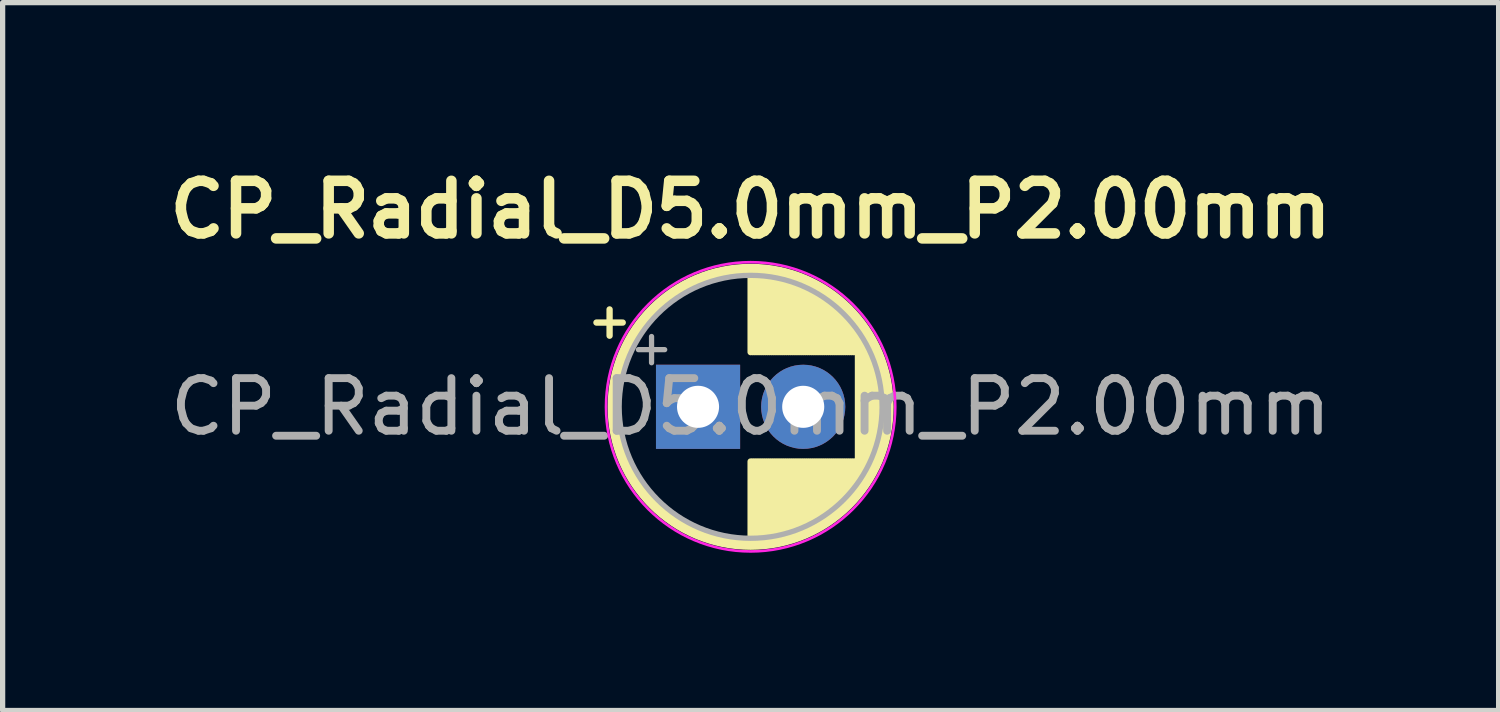
<source format=kicad_pcb>
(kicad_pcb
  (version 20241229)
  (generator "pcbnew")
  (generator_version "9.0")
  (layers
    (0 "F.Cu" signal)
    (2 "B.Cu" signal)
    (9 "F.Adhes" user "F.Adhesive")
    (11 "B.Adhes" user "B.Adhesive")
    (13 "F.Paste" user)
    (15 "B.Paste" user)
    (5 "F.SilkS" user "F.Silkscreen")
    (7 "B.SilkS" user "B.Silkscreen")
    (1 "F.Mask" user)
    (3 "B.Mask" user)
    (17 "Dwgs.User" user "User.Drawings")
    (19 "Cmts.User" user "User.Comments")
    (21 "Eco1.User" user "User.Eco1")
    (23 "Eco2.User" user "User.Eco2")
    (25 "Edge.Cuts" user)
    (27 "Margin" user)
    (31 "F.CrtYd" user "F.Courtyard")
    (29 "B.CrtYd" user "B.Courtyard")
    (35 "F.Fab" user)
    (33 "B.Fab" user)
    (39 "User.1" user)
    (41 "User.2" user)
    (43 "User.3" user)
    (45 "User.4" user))
  (footprint "CP_Radial_D5.0mm_P2.00mm"
    (layer "F.Cu")
    (at 10.224 4.686)
    (property "Reference" "CP_Radial_D5.0mm_P2.00mm" (at 1 -3.75 0) (layer "F.SilkS") (effects (font (size 1 1) (thickness 0.2))))
    (attr through_hole)
    (fp_line (start -1.932 -1.602) (end -1.432 -1.602) (stroke (width 0.12) (type solid)) (layer "F.SilkS"))
    (fp_line (start -1.682 -1.852) (end -1.682 -1.352) (stroke (width 0.12) (type solid)) (layer "F.SilkS"))
    (fp_line (start 1 -2.58) (end 1 -1.04) (stroke (width 0.12) (type solid)) (layer "F.SilkS"))
    (fp_line (start 1 1.04) (end 1 2.58) (stroke (width 0.12) (type solid)) (layer "F.SilkS"))
    (fp_line (start 1.04 -2.58) (end 1.04 -1.04) (stroke (width 0.12) (type solid)) (layer "F.SilkS"))
    (fp_line (start 1.04 1.04) (end 1.04 2.58) (stroke (width 0.12) (type solid)) (layer "F.SilkS"))
    (fp_line (start 1.08 -2.579) (end 1.08 -1.04) (stroke (width 0.12) (type solid)) (layer "F.SilkS"))
    (fp_line (start 1.08 1.04) (end 1.08 2.579) (stroke (width 0.12) (type solid)) (layer "F.SilkS"))
    (fp_line (start 1.12 -2.578) (end 1.12 -1.04) (stroke (width 0.12) (type solid)) (layer "F.SilkS"))
    (fp_line (start 1.12 1.04) (end 1.12 2.578) (stroke (width 0.12) (type solid)) (layer "F.SilkS"))
    (fp_line (start 1.16 -2.576) (end 1.16 -1.04) (stroke (width 0.12) (type solid)) (layer "F.SilkS"))
    (fp_line (start 1.16 1.04) (end 1.16 2.576) (stroke (width 0.12) (type solid)) (layer "F.SilkS"))
    (fp_line (start 1.2 -2.573) (end 1.2 -1.04) (stroke (width 0.12) (type solid)) (layer "F.SilkS"))
    (fp_line (start 1.2 1.04) (end 1.2 2.573) (stroke (width 0.12) (type solid)) (layer "F.SilkS"))
    (fp_line (start 1.24 -2.569) (end 1.24 -1.04) (stroke (width 0.12) (type solid)) (layer "F.SilkS"))
    (fp_line (start 1.24 1.04) (end 1.24 2.569) (stroke (width 0.12) (type solid)) (layer "F.SilkS"))
    (fp_line (start 1.28 -2.565) (end 1.28 -1.04) (stroke (width 0.12) (type solid)) (layer "F.SilkS"))
    (fp_line (start 1.28 1.04) (end 1.28 2.565) (stroke (width 0.12) (type solid)) (layer "F.SilkS"))
    (fp_line (start 1.32 -2.561) (end 1.32 -1.04) (stroke (width 0.12) (type solid)) (layer "F.SilkS"))
    (fp_line (start 1.32 1.04) (end 1.32 2.561) (stroke (width 0.12) (type solid)) (layer "F.SilkS"))
    (fp_line (start 1.36 -2.556) (end 1.36 -1.04) (stroke (width 0.12) (type solid)) (layer "F.SilkS"))
    (fp_line (start 1.36 1.04) (end 1.36 2.556) (stroke (width 0.12) (type solid)) (layer "F.SilkS"))
    (fp_line (start 1.4 -2.55) (end 1.4 -1.04) (stroke (width 0.12) (type solid)) (layer "F.SilkS"))
    (fp_line (start 1.4 1.04) (end 1.4 2.55) (stroke (width 0.12) (type solid)) (layer "F.SilkS"))
    (fp_line (start 1.44 -2.543) (end 1.44 -1.04) (stroke (width 0.12) (type solid)) (layer "F.SilkS"))
    (fp_line (start 1.44 1.04) (end 1.44 2.543) (stroke (width 0.12) (type solid)) (layer "F.SilkS"))
    (fp_line (start 1.48 -2.536) (end 1.48 -1.04) (stroke (width 0.12) (type solid)) (layer "F.SilkS"))
    (fp_line (start 1.48 1.04) (end 1.48 2.536) (stroke (width 0.12) (type solid)) (layer "F.SilkS"))
    (fp_line (start 1.52 -2.528) (end 1.52 -1.04) (stroke (width 0.12) (type solid)) (layer "F.SilkS"))
    (fp_line (start 1.52 1.04) (end 1.52 2.528) (stroke (width 0.12) (type solid)) (layer "F.SilkS"))
    (fp_line (start 1.56 -2.52) (end 1.56 -1.04) (stroke (width 0.12) (type solid)) (layer "F.SilkS"))
    (fp_line (start 1.56 1.04) (end 1.56 2.52) (stroke (width 0.12) (type solid)) (layer "F.SilkS"))
    (fp_line (start 1.6 -2.511) (end 1.6 -1.04) (stroke (width 0.12) (type solid)) (layer "F.SilkS"))
    (fp_line (start 1.6 1.04) (end 1.6 2.511) (stroke (width 0.12) (type solid)) (layer "F.SilkS"))
    (fp_line (start 1.64 -2.501) (end 1.64 -1.04) (stroke (width 0.12) (type solid)) (layer "F.SilkS"))
    (fp_line (start 1.64 1.04) (end 1.64 2.501) (stroke (width 0.12) (type solid)) (layer "F.SilkS"))
    (fp_line (start 1.68 -2.491) (end 1.68 -1.04) (stroke (width 0.12) (type solid)) (layer "F.SilkS"))
    (fp_line (start 1.68 1.04) (end 1.68 2.491) (stroke (width 0.12) (type solid)) (layer "F.SilkS"))
    (fp_line (start 1.721 -2.48) (end 1.721 -1.04) (stroke (width 0.12) (type solid)) (layer "F.SilkS"))
    (fp_line (start 1.721 1.04) (end 1.721 2.48) (stroke (width 0.12) (type solid)) (layer "F.SilkS"))
    (fp_line (start 1.761 -2.468) (end 1.761 -1.04) (stroke (width 0.12) (type solid)) (layer "F.SilkS"))
    (fp_line (start 1.761 1.04) (end 1.761 2.468) (stroke (width 0.12) (type solid)) (layer "F.SilkS"))
    (fp_line (start 1.801 -2.455) (end 1.801 -1.04) (stroke (width 0.12) (type solid)) (layer "F.SilkS"))
    (fp_line (start 1.801 1.04) (end 1.801 2.455) (stroke (width 0.12) (type solid)) (layer "F.SilkS"))
    (fp_line (start 1.841 -2.442) (end 1.841 -1.04) (stroke (width 0.12) (type solid)) (layer "F.SilkS"))
    (fp_line (start 1.841 1.04) (end 1.841 2.442) (stroke (width 0.12) (type solid)) (layer "F.SilkS"))
    (fp_line (start 1.881 -2.428) (end 1.881 -1.04) (stroke (width 0.12) (type solid)) (layer "F.SilkS"))
    (fp_line (start 1.881 1.04) (end 1.881 2.428) (stroke (width 0.12) (type solid)) (layer "F.SilkS"))
    (fp_line (start 1.921 -2.414) (end 1.921 -1.04) (stroke (width 0.12) (type solid)) (layer "F.SilkS"))
    (fp_line (start 1.921 1.04) (end 1.921 2.414) (stroke (width 0.12) (type solid)) (layer "F.SilkS"))
    (fp_line (start 1.961 -2.398) (end 1.961 -1.04) (stroke (width 0.12) (type solid)) (layer "F.SilkS"))
    (fp_line (start 1.961 1.04) (end 1.961 2.398) (stroke (width 0.12) (type solid)) (layer "F.SilkS"))
    (fp_line (start 2.001 -2.382) (end 2.001 -1.04) (stroke (width 0.12) (type solid)) (layer "F.SilkS"))
    (fp_line (start 2.001 1.04) (end 2.001 2.382) (stroke (width 0.12) (type solid)) (layer "F.SilkS"))
    (fp_line (start 2.041 -2.365) (end 2.041 -1.04) (stroke (width 0.12) (type solid)) (layer "F.SilkS"))
    (fp_line (start 2.041 1.04) (end 2.041 2.365) (stroke (width 0.12) (type solid)) (layer "F.SilkS"))
    (fp_line (start 2.081 -2.348) (end 2.081 -1.04) (stroke (width 0.12) (type solid)) (layer "F.SilkS"))
    (fp_line (start 2.081 1.04) (end 2.081 2.348) (stroke (width 0.12) (type solid)) (layer "F.SilkS"))
    (fp_line (start 2.121 -2.329) (end 2.121 -1.04) (stroke (width 0.12) (type solid)) (layer "F.SilkS"))
    (fp_line (start 2.121 1.04) (end 2.121 2.329) (stroke (width 0.12) (type solid)) (layer "F.SilkS"))
    (fp_line (start 2.161 -2.31) (end 2.161 -1.04) (stroke (width 0.12) (type solid)) (layer "F.SilkS"))
    (fp_line (start 2.161 1.04) (end 2.161 2.31) (stroke (width 0.12) (type solid)) (layer "F.SilkS"))
    (fp_line (start 2.201 -2.29) (end 2.201 -1.04) (stroke (width 0.12) (type solid)) (layer "F.SilkS"))
    (fp_line (start 2.201 1.04) (end 2.201 2.29) (stroke (width 0.12) (type solid)) (layer "F.SilkS"))
    (fp_line (start 2.241 -2.268) (end 2.241 -1.04) (stroke (width 0.12) (type solid)) (layer "F.SilkS"))
    (fp_line (start 2.241 1.04) (end 2.241 2.268) (stroke (width 0.12) (type solid)) (layer "F.SilkS"))
    (fp_line (start 2.281 -2.247) (end 2.281 -1.04) (stroke (width 0.12) (type solid)) (layer "F.SilkS"))
    (fp_line (start 2.281 1.04) (end 2.281 2.247) (stroke (width 0.12) (type solid)) (layer "F.SilkS"))
    (fp_line (start 2.321 -2.224) (end 2.321 -1.04) (stroke (width 0.12) (type solid)) (layer "F.SilkS"))
    (fp_line (start 2.321 1.04) (end 2.321 2.224) (stroke (width 0.12) (type solid)) (layer "F.SilkS"))
    (fp_line (start 2.361 -2.2) (end 2.361 -1.04) (stroke (width 0.12) (type solid)) (layer "F.SilkS"))
    (fp_line (start 2.361 1.04) (end 2.361 2.2) (stroke (width 0.12) (type solid)) (layer "F.SilkS"))
    (fp_line (start 2.401 -2.175) (end 2.401 -1.04) (stroke (width 0.12) (type solid)) (layer "F.SilkS"))
    (fp_line (start 2.401 1.04) (end 2.401 2.175) (stroke (width 0.12) (type solid)) (layer "F.SilkS"))
    (fp_line (start 2.441 -2.149) (end 2.441 -1.04) (stroke (width 0.12) (type solid)) (layer "F.SilkS"))
    (fp_line (start 2.441 1.04) (end 2.441 2.149) (stroke (width 0.12) (type solid)) (layer "F.SilkS"))
    (fp_line (start 2.481 -2.122) (end 2.481 -1.04) (stroke (width 0.12) (type solid)) (layer "F.SilkS"))
    (fp_line (start 2.481 1.04) (end 2.481 2.122) (stroke (width 0.12) (type solid)) (layer "F.SilkS"))
    (fp_line (start 2.521 -2.095) (end 2.521 -1.04) (stroke (width 0.12) (type solid)) (layer "F.SilkS"))
    (fp_line (start 2.521 1.04) (end 2.521 2.095) (stroke (width 0.12) (type solid)) (layer "F.SilkS"))
    (fp_line (start 2.561 -2.065) (end 2.561 -1.04) (stroke (width 0.12) (type solid)) (layer "F.SilkS"))
    (fp_line (start 2.561 1.04) (end 2.561 2.065) (stroke (width 0.12) (type solid)) (layer "F.SilkS"))
    (fp_line (start 2.601 -2.035) (end 2.601 -1.04) (stroke (width 0.12) (type solid)) (layer "F.SilkS"))
    (fp_line (start 2.601 1.04) (end 2.601 2.035) (stroke (width 0.12) (type solid)) (layer "F.SilkS"))
    (fp_line (start 2.641 -2.004) (end 2.641 -1.04) (stroke (width 0.12) (type solid)) (layer "F.SilkS"))
    (fp_line (start 2.641 1.04) (end 2.641 2.004) (stroke (width 0.12) (type solid)) (layer "F.SilkS"))
    (fp_line (start 2.681 -1.971) (end 2.681 -1.04) (stroke (width 0.12) (type solid)) (layer "F.SilkS"))
    (fp_line (start 2.681 1.04) (end 2.681 1.971) (stroke (width 0.12) (type solid)) (layer "F.SilkS"))
    (fp_line (start 2.721 -1.937) (end 2.721 -1.04) (stroke (width 0.12) (type solid)) (layer "F.SilkS"))
    (fp_line (start 2.721 1.04) (end 2.721 1.937) (stroke (width 0.12) (type solid)) (layer "F.SilkS"))
    (fp_line (start 2.761 -1.901) (end 2.761 -1.04) (stroke (width 0.12) (type solid)) (layer "F.SilkS"))
    (fp_line (start 2.761 1.04) (end 2.761 1.901) (stroke (width 0.12) (type solid)) (layer "F.SilkS"))
    (fp_line (start 2.801 -1.864) (end 2.801 -1.04) (stroke (width 0.12) (type solid)) (layer "F.SilkS"))
    (fp_line (start 2.801 1.04) (end 2.801 1.864) (stroke (width 0.12) (type solid)) (layer "F.SilkS"))
    (fp_line (start 2.841 -1.826) (end 2.841 -1.04) (stroke (width 0.12) (type solid)) (layer "F.SilkS"))
    (fp_line (start 2.841 1.04) (end 2.841 1.826) (stroke (width 0.12) (type solid)) (layer "F.SilkS"))
    (fp_line (start 2.881 -1.785) (end 2.881 -1.04) (stroke (width 0.12) (type solid)) (layer "F.SilkS"))
    (fp_line (start 2.881 1.04) (end 2.881 1.785) (stroke (width 0.12) (type solid)) (layer "F.SilkS"))
    (fp_line (start 2.921 -1.743) (end 2.921 -1.04) (stroke (width 0.12) (type solid)) (layer "F.SilkS"))
    (fp_line (start 2.921 1.04) (end 2.921 1.743) (stroke (width 0.12) (type solid)) (layer "F.SilkS"))
    (fp_line (start 2.961 -1.699) (end 2.961 -1.04) (stroke (width 0.12) (type solid)) (layer "F.SilkS"))
    (fp_line (start 2.961 1.04) (end 2.961 1.699) (stroke (width 0.12) (type solid)) (layer "F.SilkS"))
    (fp_line (start 3.001 -1.653) (end 3.001 -1.04) (stroke (width 0.12) (type solid)) (layer "F.SilkS"))
    (fp_line (start 3.001 1.04) (end 3.001 1.653) (stroke (width 0.12) (type solid)) (layer "F.SilkS"))
    (fp_line (start 3.041 -1.605) (end 3.041 1.605) (stroke (width 0.12) (type solid)) (layer "F.SilkS"))
    (fp_line (start 3.081 -1.554) (end 3.081 1.554) (stroke (width 0.12) (type solid)) (layer "F.SilkS"))
    (fp_line (start 3.121 -1.5) (end 3.121 1.5) (stroke (width 0.12) (type solid)) (layer "F.SilkS"))
    (fp_line (start 3.161 -1.443) (end 3.161 1.443) (stroke (width 0.12) (type solid)) (layer "F.SilkS"))
    (fp_line (start 3.201 -1.383) (end 3.201 1.383) (stroke (width 0.12) (type solid)) (layer "F.SilkS"))
    (fp_line (start 3.241 -1.319) (end 3.241 1.319) (stroke (width 0.12) (type solid)) (layer "F.SilkS"))
    (fp_line (start 3.281 -1.251) (end 3.281 1.251) (stroke (width 0.12) (type solid)) (layer "F.SilkS"))
    (fp_line (start 3.321 -1.178) (end 3.321 1.178) (stroke (width 0.12) (type solid)) (layer "F.SilkS"))
    (fp_line (start 3.361 -1.098) (end 3.361 1.098) (stroke (width 0.12) (type solid)) (layer "F.SilkS"))
    (fp_line (start 3.401 -1.011) (end 3.401 1.011) (stroke (width 0.12) (type solid)) (layer "F.SilkS"))
    (fp_line (start 3.441 -0.915) (end 3.441 0.915) (stroke (width 0.12) (type solid)) (layer "F.SilkS"))
    (fp_line (start 3.481 -0.805) (end 3.481 0.805) (stroke (width 0.12) (type solid)) (layer "F.SilkS"))
    (fp_line (start 3.521 -0.677) (end 3.521 0.677) (stroke (width 0.12) (type solid)) (layer "F.SilkS"))
    (fp_line (start 3.561 -0.518) (end 3.561 0.518) (stroke (width 0.12) (type solid)) (layer "F.SilkS"))
    (fp_line (start 3.601 -0.284) (end 3.601 0.284) (stroke (width 0.12) (type solid)) (layer "F.SilkS"))
    (fp_circle (center 1 0) (end 3.62 0) (stroke (width 0.2) (type solid)) (fill no) (layer "F.SilkS"))
    (fp_circle (center 1 0) (end 3.75 0) (stroke (width 0.05) (type solid)) (fill no) (layer "F.CrtYd"))
    (fp_line (start -1.134 -1.087) (end -0.634 -1.087) (stroke (width 0.1) (type solid)) (layer "F.Fab"))
    (fp_line (start -0.884 -1.337) (end -0.884 -0.838) (stroke (width 0.1) (type solid)) (layer "F.Fab"))
    (fp_circle (center 1 0) (end 3.5 0) (stroke (width 0.1) (type solid)) (fill no) (layer "F.Fab"))
    (fp_text user "${REFERENCE}" (at 1 0 0) (layer "F.Fab") (effects (font (size 1 1) (thickness 0.15))))
    (pad "1" thru_hole rect (at 0 0) (size 1.6 1.6) (drill 0.8) (layers "*.Cu" "*.Mask"))
    (pad "2" thru_hole circle (at 2 0) (size 1.6 1.6) (drill 0.8) (layers "*.Cu" "*.Mask")))
  (gr_rect
    (start -3 -3)
    (end 25.448 10.461)
    (stroke (width 0.1) (type default))
    (fill no)
    (layer "Edge.Cuts")))
</source>
